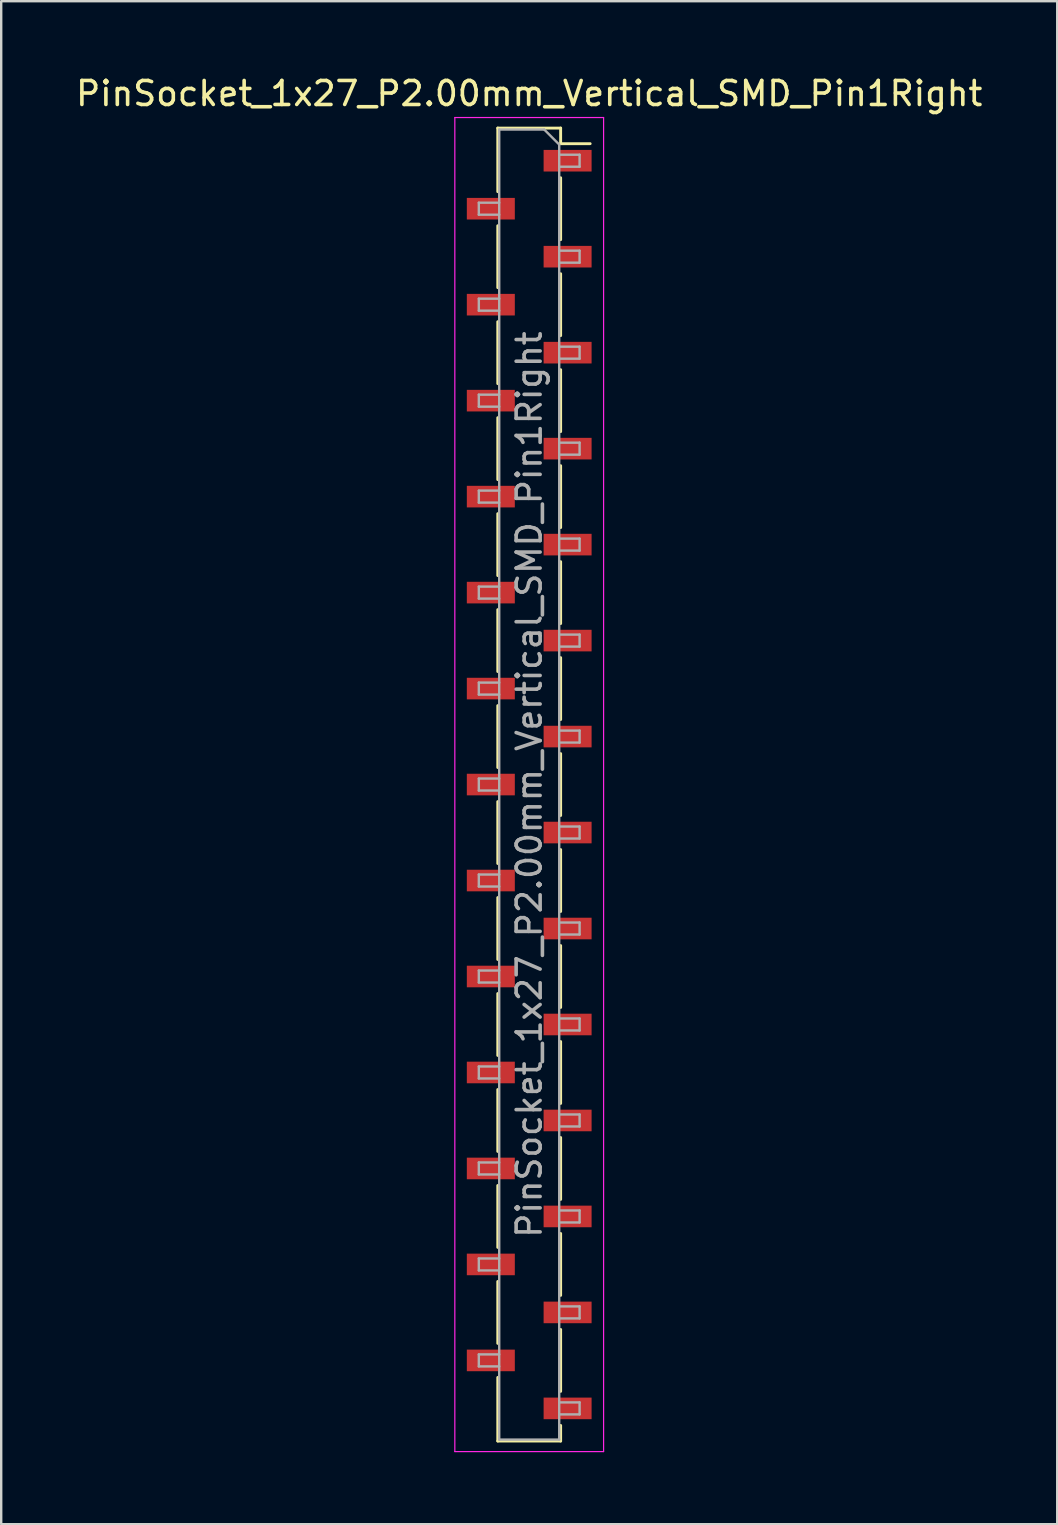
<source format=kicad_pcb>
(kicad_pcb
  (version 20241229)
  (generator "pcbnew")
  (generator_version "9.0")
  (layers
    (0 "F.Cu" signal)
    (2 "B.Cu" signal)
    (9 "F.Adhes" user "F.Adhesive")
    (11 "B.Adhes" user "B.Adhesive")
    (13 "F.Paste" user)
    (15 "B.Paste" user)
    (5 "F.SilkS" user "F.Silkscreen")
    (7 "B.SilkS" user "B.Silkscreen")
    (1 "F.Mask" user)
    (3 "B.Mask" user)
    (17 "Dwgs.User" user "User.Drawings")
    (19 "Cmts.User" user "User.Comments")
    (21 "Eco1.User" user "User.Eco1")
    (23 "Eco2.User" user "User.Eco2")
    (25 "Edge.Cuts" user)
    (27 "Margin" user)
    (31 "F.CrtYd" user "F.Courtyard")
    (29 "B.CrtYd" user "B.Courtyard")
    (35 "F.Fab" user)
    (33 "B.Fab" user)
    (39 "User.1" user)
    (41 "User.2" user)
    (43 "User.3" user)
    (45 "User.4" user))
  (footprint "PinSocket_1x27_P2.00mm_Vertical_SMD_Pin1Right"
    (layer "F.Cu")
    (at 19.006 29.648)
    (property "Reference" "PinSocket_1x27_P2.00mm_Vertical_SMD_Pin1Right" (at 0 -28.8 0) (layer "F.SilkS") (effects (font (size 1 1) (thickness 0.15))))
    (attr smd)
    (fp_line (start -1.31 -27.36) (end -1.31 -24.71) (stroke (width 0.12) (type solid)) (layer "F.SilkS"))
    (fp_line (start -1.31 -27.36) (end 1.31 -27.36) (stroke (width 0.12) (type solid)) (layer "F.SilkS"))
    (fp_line (start -1.31 -23.29) (end -1.31 -20.71) (stroke (width 0.12) (type solid)) (layer "F.SilkS"))
    (fp_line (start -1.31 -19.29) (end -1.31 -16.71) (stroke (width 0.12) (type solid)) (layer "F.SilkS"))
    (fp_line (start -1.31 -15.29) (end -1.31 -12.71) (stroke (width 0.12) (type solid)) (layer "F.SilkS"))
    (fp_line (start -1.31 -11.29) (end -1.31 -8.71) (stroke (width 0.12) (type solid)) (layer "F.SilkS"))
    (fp_line (start -1.31 -7.29) (end -1.31 -4.71) (stroke (width 0.12) (type solid)) (layer "F.SilkS"))
    (fp_line (start -1.31 -3.29) (end -1.31 -0.71) (stroke (width 0.12) (type solid)) (layer "F.SilkS"))
    (fp_line (start -1.31 0.71) (end -1.31 3.29) (stroke (width 0.12) (type solid)) (layer "F.SilkS"))
    (fp_line (start -1.31 4.71) (end -1.31 7.29) (stroke (width 0.12) (type solid)) (layer "F.SilkS"))
    (fp_line (start -1.31 8.71) (end -1.31 11.29) (stroke (width 0.12) (type solid)) (layer "F.SilkS"))
    (fp_line (start -1.31 12.71) (end -1.31 15.29) (stroke (width 0.12) (type solid)) (layer "F.SilkS"))
    (fp_line (start -1.31 16.71) (end -1.31 19.29) (stroke (width 0.12) (type solid)) (layer "F.SilkS"))
    (fp_line (start -1.31 20.71) (end -1.31 23.29) (stroke (width 0.12) (type solid)) (layer "F.SilkS"))
    (fp_line (start -1.31 24.71) (end -1.31 27.36) (stroke (width 0.12) (type solid)) (layer "F.SilkS"))
    (fp_line (start -1.31 27.36) (end 1.31 27.36) (stroke (width 0.12) (type solid)) (layer "F.SilkS"))
    (fp_line (start 1.31 -27.36) (end 1.31 -26.71) (stroke (width 0.12) (type solid)) (layer "F.SilkS"))
    (fp_line (start 1.31 -26.71) (end 2.54 -26.71) (stroke (width 0.12) (type solid)) (layer "F.SilkS"))
    (fp_line (start 1.31 -25.29) (end 1.31 -22.71) (stroke (width 0.12) (type solid)) (layer "F.SilkS"))
    (fp_line (start 1.31 -21.29) (end 1.31 -18.71) (stroke (width 0.12) (type solid)) (layer "F.SilkS"))
    (fp_line (start 1.31 -17.29) (end 1.31 -14.71) (stroke (width 0.12) (type solid)) (layer "F.SilkS"))
    (fp_line (start 1.31 -13.29) (end 1.31 -10.71) (stroke (width 0.12) (type solid)) (layer "F.SilkS"))
    (fp_line (start 1.31 -9.29) (end 1.31 -6.71) (stroke (width 0.12) (type solid)) (layer "F.SilkS"))
    (fp_line (start 1.31 -5.29) (end 1.31 -2.71) (stroke (width 0.12) (type solid)) (layer "F.SilkS"))
    (fp_line (start 1.31 -1.29) (end 1.31 1.29) (stroke (width 0.12) (type solid)) (layer "F.SilkS"))
    (fp_line (start 1.31 2.71) (end 1.31 5.29) (stroke (width 0.12) (type solid)) (layer "F.SilkS"))
    (fp_line (start 1.31 6.71) (end 1.31 9.29) (stroke (width 0.12) (type solid)) (layer "F.SilkS"))
    (fp_line (start 1.31 10.71) (end 1.31 13.29) (stroke (width 0.12) (type solid)) (layer "F.SilkS"))
    (fp_line (start 1.31 14.71) (end 1.31 17.29) (stroke (width 0.12) (type solid)) (layer "F.SilkS"))
    (fp_line (start 1.31 18.71) (end 1.31 21.29) (stroke (width 0.12) (type solid)) (layer "F.SilkS"))
    (fp_line (start 1.31 22.71) (end 1.31 25.29) (stroke (width 0.12) (type solid)) (layer "F.SilkS"))
    (fp_line (start 1.31 26.71) (end 1.31 27.36) (stroke (width 0.12) (type solid)) (layer "F.SilkS"))
    (fp_line (start -3.1 -27.8) (end 3.1 -27.8) (stroke (width 0.05) (type solid)) (layer "F.CrtYd"))
    (fp_line (start -3.1 27.8) (end -3.1 -27.8) (stroke (width 0.05) (type solid)) (layer "F.CrtYd"))
    (fp_line (start 3.1 -27.8) (end 3.1 27.8) (stroke (width 0.05) (type solid)) (layer "F.CrtYd"))
    (fp_line (start 3.1 27.8) (end -3.1 27.8) (stroke (width 0.05) (type solid)) (layer "F.CrtYd"))
    (fp_line (start -2.1 -24.25) (end -1.25 -24.25) (stroke (width 0.1) (type solid)) (layer "F.Fab"))
    (fp_line (start -2.1 -23.75) (end -2.1 -24.25) (stroke (width 0.1) (type solid)) (layer "F.Fab"))
    (fp_line (start -2.1 -20.25) (end -1.25 -20.25) (stroke (width 0.1) (type solid)) (layer "F.Fab"))
    (fp_line (start -2.1 -19.75) (end -2.1 -20.25) (stroke (width 0.1) (type solid)) (layer "F.Fab"))
    (fp_line (start -2.1 -16.25) (end -1.25 -16.25) (stroke (width 0.1) (type solid)) (layer "F.Fab"))
    (fp_line (start -2.1 -15.75) (end -2.1 -16.25) (stroke (width 0.1) (type solid)) (layer "F.Fab"))
    (fp_line (start -2.1 -12.25) (end -1.25 -12.25) (stroke (width 0.1) (type solid)) (layer "F.Fab"))
    (fp_line (start -2.1 -11.75) (end -2.1 -12.25) (stroke (width 0.1) (type solid)) (layer "F.Fab"))
    (fp_line (start -2.1 -8.25) (end -1.25 -8.25) (stroke (width 0.1) (type solid)) (layer "F.Fab"))
    (fp_line (start -2.1 -7.75) (end -2.1 -8.25) (stroke (width 0.1) (type solid)) (layer "F.Fab"))
    (fp_line (start -2.1 -4.25) (end -1.25 -4.25) (stroke (width 0.1) (type solid)) (layer "F.Fab"))
    (fp_line (start -2.1 -3.75) (end -2.1 -4.25) (stroke (width 0.1) (type solid)) (layer "F.Fab"))
    (fp_line (start -2.1 -0.25) (end -1.25 -0.25) (stroke (width 0.1) (type solid)) (layer "F.Fab"))
    (fp_line (start -2.1 0.25) (end -2.1 -0.25) (stroke (width 0.1) (type solid)) (layer "F.Fab"))
    (fp_line (start -2.1 3.75) (end -1.25 3.75) (stroke (width 0.1) (type solid)) (layer "F.Fab"))
    (fp_line (start -2.1 4.25) (end -2.1 3.75) (stroke (width 0.1) (type solid)) (layer "F.Fab"))
    (fp_line (start -2.1 7.75) (end -1.25 7.75) (stroke (width 0.1) (type solid)) (layer "F.Fab"))
    (fp_line (start -2.1 8.25) (end -2.1 7.75) (stroke (width 0.1) (type solid)) (layer "F.Fab"))
    (fp_line (start -2.1 11.75) (end -1.25 11.75) (stroke (width 0.1) (type solid)) (layer "F.Fab"))
    (fp_line (start -2.1 12.25) (end -2.1 11.75) (stroke (width 0.1) (type solid)) (layer "F.Fab"))
    (fp_line (start -2.1 15.75) (end -1.25 15.75) (stroke (width 0.1) (type solid)) (layer "F.Fab"))
    (fp_line (start -2.1 16.25) (end -2.1 15.75) (stroke (width 0.1) (type solid)) (layer "F.Fab"))
    (fp_line (start -2.1 19.75) (end -1.25 19.75) (stroke (width 0.1) (type solid)) (layer "F.Fab"))
    (fp_line (start -2.1 20.25) (end -2.1 19.75) (stroke (width 0.1) (type solid)) (layer "F.Fab"))
    (fp_line (start -2.1 23.75) (end -1.25 23.75) (stroke (width 0.1) (type solid)) (layer "F.Fab"))
    (fp_line (start -2.1 24.25) (end -2.1 23.75) (stroke (width 0.1) (type solid)) (layer "F.Fab"))
    (fp_line (start -1.25 -27.3) (end 0.625 -27.3) (stroke (width 0.1) (type solid)) (layer "F.Fab"))
    (fp_line (start -1.25 -23.75) (end -2.1 -23.75) (stroke (width 0.1) (type solid)) (layer "F.Fab"))
    (fp_line (start -1.25 -19.75) (end -2.1 -19.75) (stroke (width 0.1) (type solid)) (layer "F.Fab"))
    (fp_line (start -1.25 -15.75) (end -2.1 -15.75) (stroke (width 0.1) (type solid)) (layer "F.Fab"))
    (fp_line (start -1.25 -11.75) (end -2.1 -11.75) (stroke (width 0.1) (type solid)) (layer "F.Fab"))
    (fp_line (start -1.25 -7.75) (end -2.1 -7.75) (stroke (width 0.1) (type solid)) (layer "F.Fab"))
    (fp_line (start -1.25 -3.75) (end -2.1 -3.75) (stroke (width 0.1) (type solid)) (layer "F.Fab"))
    (fp_line (start -1.25 0.25) (end -2.1 0.25) (stroke (width 0.1) (type solid)) (layer "F.Fab"))
    (fp_line (start -1.25 4.25) (end -2.1 4.25) (stroke (width 0.1) (type solid)) (layer "F.Fab"))
    (fp_line (start -1.25 8.25) (end -2.1 8.25) (stroke (width 0.1) (type solid)) (layer "F.Fab"))
    (fp_line (start -1.25 12.25) (end -2.1 12.25) (stroke (width 0.1) (type solid)) (layer "F.Fab"))
    (fp_line (start -1.25 16.25) (end -2.1 16.25) (stroke (width 0.1) (type solid)) (layer "F.Fab"))
    (fp_line (start -1.25 20.25) (end -2.1 20.25) (stroke (width 0.1) (type solid)) (layer "F.Fab"))
    (fp_line (start -1.25 24.25) (end -2.1 24.25) (stroke (width 0.1) (type solid)) (layer "F.Fab"))
    (fp_line (start -1.25 27.3) (end -1.25 -27.3) (stroke (width 0.1) (type solid)) (layer "F.Fab"))
    (fp_line (start 0.625 -27.3) (end 1.25 -26.675) (stroke (width 0.1) (type solid)) (layer "F.Fab"))
    (fp_line (start 1.25 -26.675) (end 1.25 27.3) (stroke (width 0.1) (type solid)) (layer "F.Fab"))
    (fp_line (start 1.25 -26.25) (end 2.1 -26.25) (stroke (width 0.1) (type solid)) (layer "F.Fab"))
    (fp_line (start 1.25 -22.25) (end 2.1 -22.25) (stroke (width 0.1) (type solid)) (layer "F.Fab"))
    (fp_line (start 1.25 -18.25) (end 2.1 -18.25) (stroke (width 0.1) (type solid)) (layer "F.Fab"))
    (fp_line (start 1.25 -14.25) (end 2.1 -14.25) (stroke (width 0.1) (type solid)) (layer "F.Fab"))
    (fp_line (start 1.25 -10.25) (end 2.1 -10.25) (stroke (width 0.1) (type solid)) (layer "F.Fab"))
    (fp_line (start 1.25 -6.25) (end 2.1 -6.25) (stroke (width 0.1) (type solid)) (layer "F.Fab"))
    (fp_line (start 1.25 -2.25) (end 2.1 -2.25) (stroke (width 0.1) (type solid)) (layer "F.Fab"))
    (fp_line (start 1.25 1.75) (end 2.1 1.75) (stroke (width 0.1) (type solid)) (layer "F.Fab"))
    (fp_line (start 1.25 5.75) (end 2.1 5.75) (stroke (width 0.1) (type solid)) (layer "F.Fab"))
    (fp_line (start 1.25 9.75) (end 2.1 9.75) (stroke (width 0.1) (type solid)) (layer "F.Fab"))
    (fp_line (start 1.25 13.75) (end 2.1 13.75) (stroke (width 0.1) (type solid)) (layer "F.Fab"))
    (fp_line (start 1.25 17.75) (end 2.1 17.75) (stroke (width 0.1) (type solid)) (layer "F.Fab"))
    (fp_line (start 1.25 21.75) (end 2.1 21.75) (stroke (width 0.1) (type solid)) (layer "F.Fab"))
    (fp_line (start 1.25 25.75) (end 2.1 25.75) (stroke (width 0.1) (type solid)) (layer "F.Fab"))
    (fp_line (start 1.25 27.3) (end -1.25 27.3) (stroke (width 0.1) (type solid)) (layer "F.Fab"))
    (fp_line (start 2.1 -26.25) (end 2.1 -25.75) (stroke (width 0.1) (type solid)) (layer "F.Fab"))
    (fp_line (start 2.1 -25.75) (end 1.25 -25.75) (stroke (width 0.1) (type solid)) (layer "F.Fab"))
    (fp_line (start 2.1 -22.25) (end 2.1 -21.75) (stroke (width 0.1) (type solid)) (layer "F.Fab"))
    (fp_line (start 2.1 -21.75) (end 1.25 -21.75) (stroke (width 0.1) (type solid)) (layer "F.Fab"))
    (fp_line (start 2.1 -18.25) (end 2.1 -17.75) (stroke (width 0.1) (type solid)) (layer "F.Fab"))
    (fp_line (start 2.1 -17.75) (end 1.25 -17.75) (stroke (width 0.1) (type solid)) (layer "F.Fab"))
    (fp_line (start 2.1 -14.25) (end 2.1 -13.75) (stroke (width 0.1) (type solid)) (layer "F.Fab"))
    (fp_line (start 2.1 -13.75) (end 1.25 -13.75) (stroke (width 0.1) (type solid)) (layer "F.Fab"))
    (fp_line (start 2.1 -10.25) (end 2.1 -9.75) (stroke (width 0.1) (type solid)) (layer "F.Fab"))
    (fp_line (start 2.1 -9.75) (end 1.25 -9.75) (stroke (width 0.1) (type solid)) (layer "F.Fab"))
    (fp_line (start 2.1 -6.25) (end 2.1 -5.75) (stroke (width 0.1) (type solid)) (layer "F.Fab"))
    (fp_line (start 2.1 -5.75) (end 1.25 -5.75) (stroke (width 0.1) (type solid)) (layer "F.Fab"))
    (fp_line (start 2.1 -2.25) (end 2.1 -1.75) (stroke (width 0.1) (type solid)) (layer "F.Fab"))
    (fp_line (start 2.1 -1.75) (end 1.25 -1.75) (stroke (width 0.1) (type solid)) (layer "F.Fab"))
    (fp_line (start 2.1 1.75) (end 2.1 2.25) (stroke (width 0.1) (type solid)) (layer "F.Fab"))
    (fp_line (start 2.1 2.25) (end 1.25 2.25) (stroke (width 0.1) (type solid)) (layer "F.Fab"))
    (fp_line (start 2.1 5.75) (end 2.1 6.25) (stroke (width 0.1) (type solid)) (layer "F.Fab"))
    (fp_line (start 2.1 6.25) (end 1.25 6.25) (stroke (width 0.1) (type solid)) (layer "F.Fab"))
    (fp_line (start 2.1 9.75) (end 2.1 10.25) (stroke (width 0.1) (type solid)) (layer "F.Fab"))
    (fp_line (start 2.1 10.25) (end 1.25 10.25) (stroke (width 0.1) (type solid)) (layer "F.Fab"))
    (fp_line (start 2.1 13.75) (end 2.1 14.25) (stroke (width 0.1) (type solid)) (layer "F.Fab"))
    (fp_line (start 2.1 14.25) (end 1.25 14.25) (stroke (width 0.1) (type solid)) (layer "F.Fab"))
    (fp_line (start 2.1 17.75) (end 2.1 18.25) (stroke (width 0.1) (type solid)) (layer "F.Fab"))
    (fp_line (start 2.1 18.25) (end 1.25 18.25) (stroke (width 0.1) (type solid)) (layer "F.Fab"))
    (fp_line (start 2.1 21.75) (end 2.1 22.25) (stroke (width 0.1) (type solid)) (layer "F.Fab"))
    (fp_line (start 2.1 22.25) (end 1.25 22.25) (stroke (width 0.1) (type solid)) (layer "F.Fab"))
    (fp_line (start 2.1 25.75) (end 2.1 26.25) (stroke (width 0.1) (type solid)) (layer "F.Fab"))
    (fp_line (start 2.1 26.25) (end 1.25 26.25) (stroke (width 0.1) (type solid)) (layer "F.Fab"))
    (fp_text user "${REFERENCE}" (at 0 0 90) (layer "F.Fab") (effects (font (size 1 1) (thickness 0.15))))
    (pad "1" smd rect (at 1.6 -26) (size 2 0.9) (layers "F.Cu" "F.Mask" "F.Paste"))
    (pad "2" smd rect (at -1.6 -24) (size 2 0.9) (layers "F.Cu" "F.Mask" "F.Paste"))
    (pad "3" smd rect (at 1.6 -22) (size 2 0.9) (layers "F.Cu" "F.Mask" "F.Paste"))
    (pad "4" smd rect (at -1.6 -20) (size 2 0.9) (layers "F.Cu" "F.Mask" "F.Paste"))
    (pad "5" smd rect (at 1.6 -18) (size 2 0.9) (layers "F.Cu" "F.Mask" "F.Paste"))
    (pad "6" smd rect (at -1.6 -16) (size 2 0.9) (layers "F.Cu" "F.Mask" "F.Paste"))
    (pad "7" smd rect (at 1.6 -14) (size 2 0.9) (layers "F.Cu" "F.Mask" "F.Paste"))
    (pad "8" smd rect (at -1.6 -12) (size 2 0.9) (layers "F.Cu" "F.Mask" "F.Paste"))
    (pad "9" smd rect (at 1.6 -10) (size 2 0.9) (layers "F.Cu" "F.Mask" "F.Paste"))
    (pad "10" smd rect (at -1.6 -8) (size 2 0.9) (layers "F.Cu" "F.Mask" "F.Paste"))
    (pad "11" smd rect (at 1.6 -6) (size 2 0.9) (layers "F.Cu" "F.Mask" "F.Paste"))
    (pad "12" smd rect (at -1.6 -4) (size 2 0.9) (layers "F.Cu" "F.Mask" "F.Paste"))
    (pad "13" smd rect (at 1.6 -2) (size 2 0.9) (layers "F.Cu" "F.Mask" "F.Paste"))
    (pad "14" smd rect (at -1.6 0) (size 2 0.9) (layers "F.Cu" "F.Mask" "F.Paste"))
    (pad "15" smd rect (at 1.6 2) (size 2 0.9) (layers "F.Cu" "F.Mask" "F.Paste"))
    (pad "16" smd rect (at -1.6 4) (size 2 0.9) (layers "F.Cu" "F.Mask" "F.Paste"))
    (pad "17" smd rect (at 1.6 6) (size 2 0.9) (layers "F.Cu" "F.Mask" "F.Paste"))
    (pad "18" smd rect (at -1.6 8) (size 2 0.9) (layers "F.Cu" "F.Mask" "F.Paste"))
    (pad "19" smd rect (at 1.6 10) (size 2 0.9) (layers "F.Cu" "F.Mask" "F.Paste"))
    (pad "20" smd rect (at -1.6 12) (size 2 0.9) (layers "F.Cu" "F.Mask" "F.Paste"))
    (pad "21" smd rect (at 1.6 14) (size 2 0.9) (layers "F.Cu" "F.Mask" "F.Paste"))
    (pad "22" smd rect (at -1.6 16) (size 2 0.9) (layers "F.Cu" "F.Mask" "F.Paste"))
    (pad "23" smd rect (at 1.6 18) (size 2 0.9) (layers "F.Cu" "F.Mask" "F.Paste"))
    (pad "24" smd rect (at -1.6 20) (size 2 0.9) (layers "F.Cu" "F.Mask" "F.Paste"))
    (pad "25" smd rect (at 1.6 22) (size 2 0.9) (layers "F.Cu" "F.Mask" "F.Paste"))
    (pad "26" smd rect (at -1.6 24) (size 2 0.9) (layers "F.Cu" "F.Mask" "F.Paste"))
    (pad "27" smd rect (at 1.6 26) (size 2 0.9) (layers "F.Cu" "F.Mask" "F.Paste")))
  (gr_rect
    (start -3 -3)
    (end 41.012 60.473)
    (stroke (width 0.1) (type default))
    (fill no)
    (layer "Edge.Cuts")))
</source>
